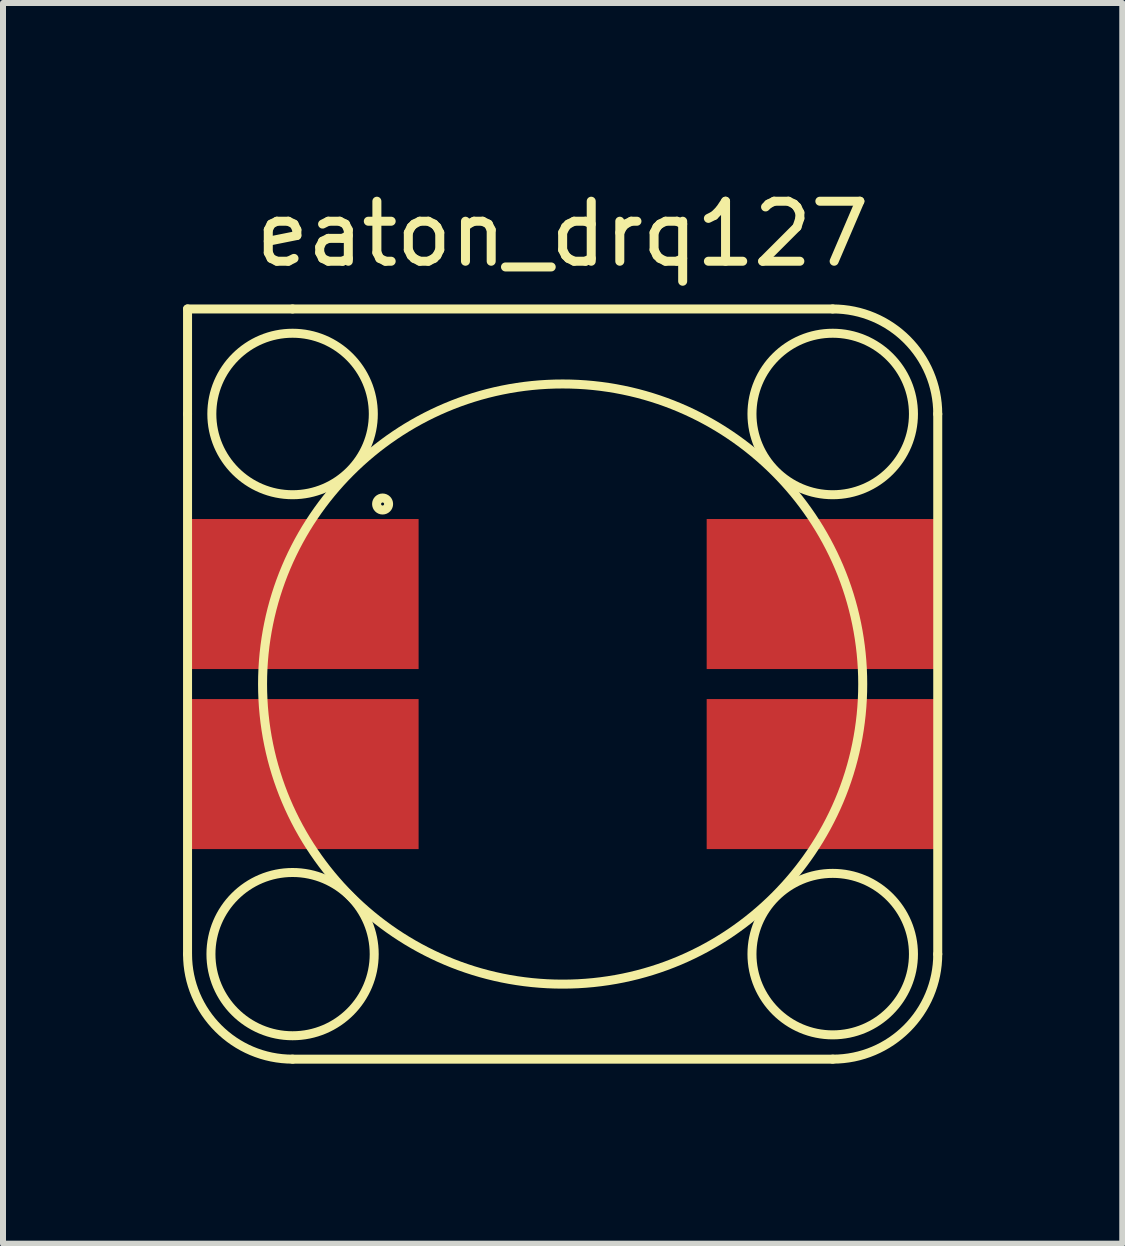
<source format=kicad_pcb>
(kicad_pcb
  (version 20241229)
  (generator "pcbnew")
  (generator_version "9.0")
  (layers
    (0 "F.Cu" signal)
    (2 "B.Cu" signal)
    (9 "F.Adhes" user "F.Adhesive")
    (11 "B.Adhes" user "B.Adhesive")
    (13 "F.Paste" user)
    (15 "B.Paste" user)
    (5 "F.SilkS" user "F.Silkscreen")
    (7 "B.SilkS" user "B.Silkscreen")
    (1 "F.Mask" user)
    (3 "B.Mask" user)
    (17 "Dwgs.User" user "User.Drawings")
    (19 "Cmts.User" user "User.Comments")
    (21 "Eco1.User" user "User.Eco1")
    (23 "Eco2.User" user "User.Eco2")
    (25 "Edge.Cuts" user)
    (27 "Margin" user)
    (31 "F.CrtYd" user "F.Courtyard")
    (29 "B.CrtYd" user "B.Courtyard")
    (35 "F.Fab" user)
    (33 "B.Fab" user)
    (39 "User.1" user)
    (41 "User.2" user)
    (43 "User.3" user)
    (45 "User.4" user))
  (footprint "eaton_drq127"
    (layer "F.Cu")
    (at 6.325 8.348)
    (property "Reference" "eaton_drq127" (at 0 -7.5 0) (layer "F.SilkS") (effects (font (size 1 1) (thickness 0.15))))
    (attr through_hole)
    (fp_line (start -6.25 -6.25) (end -6.25 -4.5) (stroke (width 0.15) (type solid)) (layer "F.SilkS"))
    (fp_line (start -6.25 4.5) (end -6.25 -4.5) (stroke (width 0.15) (type solid)) (layer "F.SilkS"))
    (fp_line (start -4.5 -6.25) (end -6.25 -6.25) (stroke (width 0.15) (type solid)) (layer "F.SilkS"))
    (fp_line (start -4.5 -6.25) (end 4.5 -6.25) (stroke (width 0.15) (type solid)) (layer "F.SilkS"))
    (fp_line (start 4.5 6.25) (end -4.5 6.25) (stroke (width 0.15) (type solid)) (layer "F.SilkS"))
    (fp_line (start 6.25 -4.5) (end 6.25 4.5) (stroke (width 0.15) (type solid)) (layer "F.SilkS"))
    (fp_arc (start -4.5 6.25) (mid -5.737437 5.737437) (end -6.25 4.5) (stroke (width 0.15) (type solid)) (layer "F.SilkS"))
    (fp_arc (start 4.5 -6.25) (mid 5.737437 -5.737437) (end 6.25 -4.5) (stroke (width 0.15) (type solid)) (layer "F.SilkS"))
    (fp_arc (start 6.25 4.5) (mid 5.737437 5.737437) (end 4.5 6.25) (stroke (width 0.15) (type solid)) (layer "F.SilkS"))
    (fp_circle (center -4.5 -4.5) (end -3.6 -3.5) (stroke (width 0.15) (type solid)) (fill no) (layer "F.SilkS"))
    (fp_circle (center -4.5 4.5) (end -3.4 3.7) (stroke (width 0.15) (type solid)) (fill no) (layer "F.SilkS"))
    (fp_circle (center -3 -3) (end -3 -3.1) (stroke (width 0.15) (type solid)) (fill no) (layer "F.SilkS"))
    (fp_circle (center 0 0) (end -5 0) (stroke (width 0.15) (type solid)) (fill no) (layer "F.SilkS"))
    (fp_circle (center 4.5 -4.5) (end 3.6 -3.5) (stroke (width 0.15) (type solid)) (fill no) (layer "F.SilkS"))
    (fp_circle (center 4.5 4.5) (end 3.5 3.6) (stroke (width 0.15) (type solid)) (fill no) (layer "F.SilkS"))
    (pad "1" smd rect (at -4.325 -1.5) (size 3.85 2.5) (layers "F.Cu" "F.Mask" "F.Paste"))
    (pad "2" smd rect (at -4.325 1.5) (size 3.85 2.5) (layers "F.Cu" "F.Mask" "F.Paste"))
    (pad "3" smd rect (at 4.325 -1.5) (size 3.85 2.5) (layers "F.Cu" "F.Mask" "F.Paste"))
    (pad "4" smd rect (at 4.325 1.5) (size 3.85 2.5) (layers "F.Cu" "F.Mask" "F.Paste")))
  (gr_rect
    (start -3 -3)
    (end 15.65 17.673)
    (stroke (width 0.1) (type default))
    (fill no)
    (layer "Edge.Cuts")))
</source>
